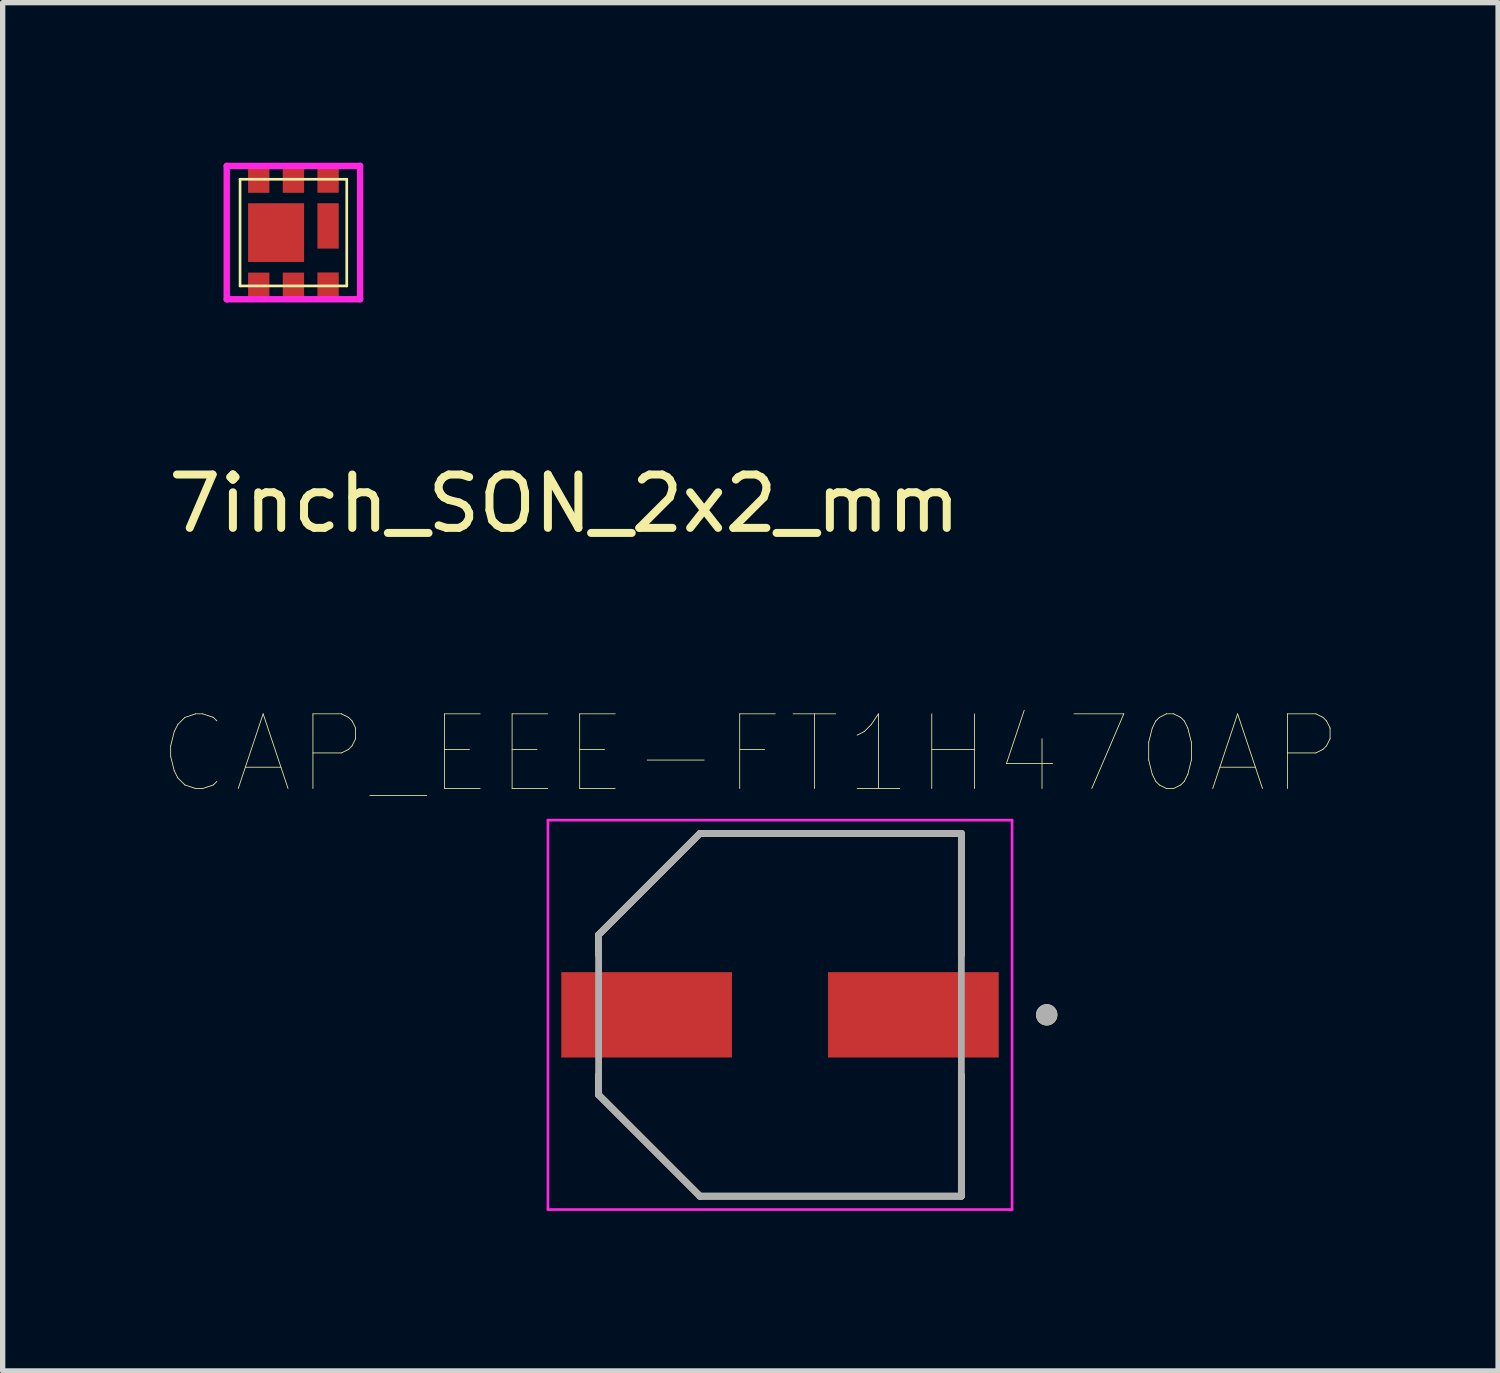
<source format=kicad_pcb>
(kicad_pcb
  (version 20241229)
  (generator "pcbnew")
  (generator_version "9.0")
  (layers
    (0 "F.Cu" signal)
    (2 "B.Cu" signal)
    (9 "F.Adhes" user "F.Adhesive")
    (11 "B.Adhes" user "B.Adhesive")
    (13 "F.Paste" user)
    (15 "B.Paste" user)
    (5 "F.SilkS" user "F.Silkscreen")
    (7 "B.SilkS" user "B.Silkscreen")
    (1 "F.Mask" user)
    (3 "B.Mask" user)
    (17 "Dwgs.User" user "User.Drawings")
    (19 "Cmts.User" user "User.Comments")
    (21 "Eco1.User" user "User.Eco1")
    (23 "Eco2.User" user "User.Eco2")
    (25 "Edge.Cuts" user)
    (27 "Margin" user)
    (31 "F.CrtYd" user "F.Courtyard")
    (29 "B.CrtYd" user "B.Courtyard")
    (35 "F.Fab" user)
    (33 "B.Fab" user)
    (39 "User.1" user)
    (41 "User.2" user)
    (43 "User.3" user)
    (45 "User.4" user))
  (footprint "7inch_SON_2x2_mm"
    (layer "F.Cu")
    (at 2.45 1.31)
    (property "Reference" "7inch_SON_2x2_mm" (at 5.08 5.08 0) (layer "F.SilkS") (effects (font (size 1 1) (thickness 0.15))))
    (attr smd)
    (fp_poly (pts (xy 0.2 0.55) (xy -0.85 0.55) (xy -0.85 -0.55) (xy 0.2 -0.55)) (stroke (width 0) (type solid)) (fill yes) (layer "F.Cu"))
    (fp_poly (pts (xy 0.85 0.3) (xy 0.45 0.3) (xy 0.45 -0.55) (xy 0.85 -0.55)) (stroke (width 0) (type solid)) (fill yes) (layer "F.Cu"))
    (fp_line (start -1 -1) (end 1 -1) (stroke (width 0.05) (type solid)) (layer "F.SilkS"))
    (fp_line (start -1 1) (end -1 -1) (stroke (width 0.05) (type solid)) (layer "F.SilkS"))
    (fp_line (start 1 -1) (end 1 1) (stroke (width 0.05) (type solid)) (layer "F.SilkS"))
    (fp_line (start 1 1) (end -1 1) (stroke (width 0.05) (type solid)) (layer "F.SilkS"))
    (fp_line (start -1.25 -1.25) (end 1.25 -1.25) (stroke (width 0.12) (type solid)) (layer "F.CrtYd"))
    (fp_line (start -1.25 1.25) (end -1.25 -1.25) (stroke (width 0.12) (type solid)) (layer "F.CrtYd"))
    (fp_line (start 1.25 -1.25) (end 1.25 1.25) (stroke (width 0.12) (type solid)) (layer "F.CrtYd"))
    (fp_line (start 1.25 1.25) (end -1.25 1.25) (stroke (width 0.12) (type solid)) (layer "F.CrtYd"))
    (pad "1" smd rect (at -0.85 1.2) (size 0.4 0.455) (drill (offset 0.2 -0.223)) (layers "F.Cu" "F.Mask" "F.Paste"))
    (pad "2" smd rect (at 0.2 1.2) (size 0.4 0.455) (drill (offset -0.2 -0.223)) (layers "F.Cu" "F.Mask" "F.Paste"))
    (pad "3" smd rect (at 0.65 1.2) (size 0.4 0.455) (drill (offset 0 -0.225)) (layers "F.Cu" "F.Mask" "F.Paste"))
    (pad "4" smd rect (at 0.65 -0.75) (size 0.4 0.455) (drill (offset 0 -0.225)) (layers "F.Cu" "F.Mask" "F.Paste"))
    (pad "5" smd rect (at 0.2 -0.75) (size 0.4 0.455) (drill (offset -0.2 -0.223)) (layers "F.Cu" "F.Mask" "F.Paste"))
    (pad "6" smd rect (at -0.85 -0.75) (size 0.4 0.455) (drill (offset 0.2 -0.223)) (layers "F.Cu" "F.Mask" "F.Paste")))
  (footprint "CAP_EEE-FT1H470AP"
    (layer "F.Cu")
    (at 11.571 15.973)
    (property "Reference" "CAP_EEE-FT1H470AP" (at -0.555 -4.889 0) (layer "F.SilkS") (effects (font (size 1.4 1.4) (thickness 0.015))))
    (attr through_hole)
    (fp_line (start -3.4 -1.5) (end -3.4 -1.12) (stroke (width 0.127) (type solid)) (layer "F.SilkS"))
    (fp_line (start -3.4 1.5) (end -3.4 1.12) (stroke (width 0.127) (type solid)) (layer "F.SilkS"))
    (fp_line (start -3.4 1.5) (end -1.5 3.4) (stroke (width 0.127) (type solid)) (layer "F.SilkS"))
    (fp_line (start -1.5 -3.4) (end -3.4 -1.5) (stroke (width 0.127) (type solid)) (layer "F.SilkS"))
    (fp_line (start -1.5 3.4) (end 3.4 3.4) (stroke (width 0.127) (type solid)) (layer "F.SilkS"))
    (fp_line (start 3.4 -3.4) (end -1.5 -3.4) (stroke (width 0.127) (type solid)) (layer "F.SilkS"))
    (fp_line (start 3.4 -1.12) (end 3.4 -3.4) (stroke (width 0.127) (type solid)) (layer "F.SilkS"))
    (fp_line (start 3.4 3.4) (end 3.4 1.12) (stroke (width 0.127) (type solid)) (layer "F.SilkS"))
    (fp_circle (center 5 0) (end 5.1 0) (stroke (width 0.2) (type solid)) (fill no) (layer "F.SilkS"))
    (fp_line (start -4.35 -3.65) (end -4.35 3.65) (stroke (width 0.05) (type solid)) (layer "F.CrtYd"))
    (fp_line (start -4.35 3.65) (end 4.35 3.65) (stroke (width 0.05) (type solid)) (layer "F.CrtYd"))
    (fp_line (start 4.35 -3.65) (end -4.35 -3.65) (stroke (width 0.05) (type solid)) (layer "F.CrtYd"))
    (fp_line (start 4.35 3.65) (end 4.35 -3.65) (stroke (width 0.05) (type solid)) (layer "F.CrtYd"))
    (fp_line (start -3.4 -1.5) (end -3.4 1.5) (stroke (width 0.127) (type solid)) (layer "F.Fab"))
    (fp_line (start -3.4 1.5) (end -1.5 3.4) (stroke (width 0.127) (type solid)) (layer "F.Fab"))
    (fp_line (start -1.5 -3.4) (end -3.4 -1.5) (stroke (width 0.127) (type solid)) (layer "F.Fab"))
    (fp_line (start -1.5 3.4) (end 3.4 3.4) (stroke (width 0.127) (type solid)) (layer "F.Fab"))
    (fp_line (start 3.4 -3.4) (end -1.5 -3.4) (stroke (width 0.127) (type solid)) (layer "F.Fab"))
    (fp_line (start 3.4 3.4) (end 3.4 -3.4) (stroke (width 0.127) (type solid)) (layer "F.Fab"))
    (fp_circle (center 5 0) (end 5.1 0) (stroke (width 0.2) (type solid)) (fill no) (layer "F.Fab"))
    (pad "1" smd rect (at -2.5 0) (size 3.2 1.6) (layers "F.Cu" "F.Mask" "F.Paste"))
    (pad "2" smd rect (at 2.5 0) (size 3.2 1.6) (layers "F.Cu" "F.Mask" "F.Paste")))
  (gr_rect
    (start -3 -3)
    (end 25.032 22.648)
    (stroke (width 0.1) (type default))
    (fill no)
    (layer "Edge.Cuts")))
</source>
